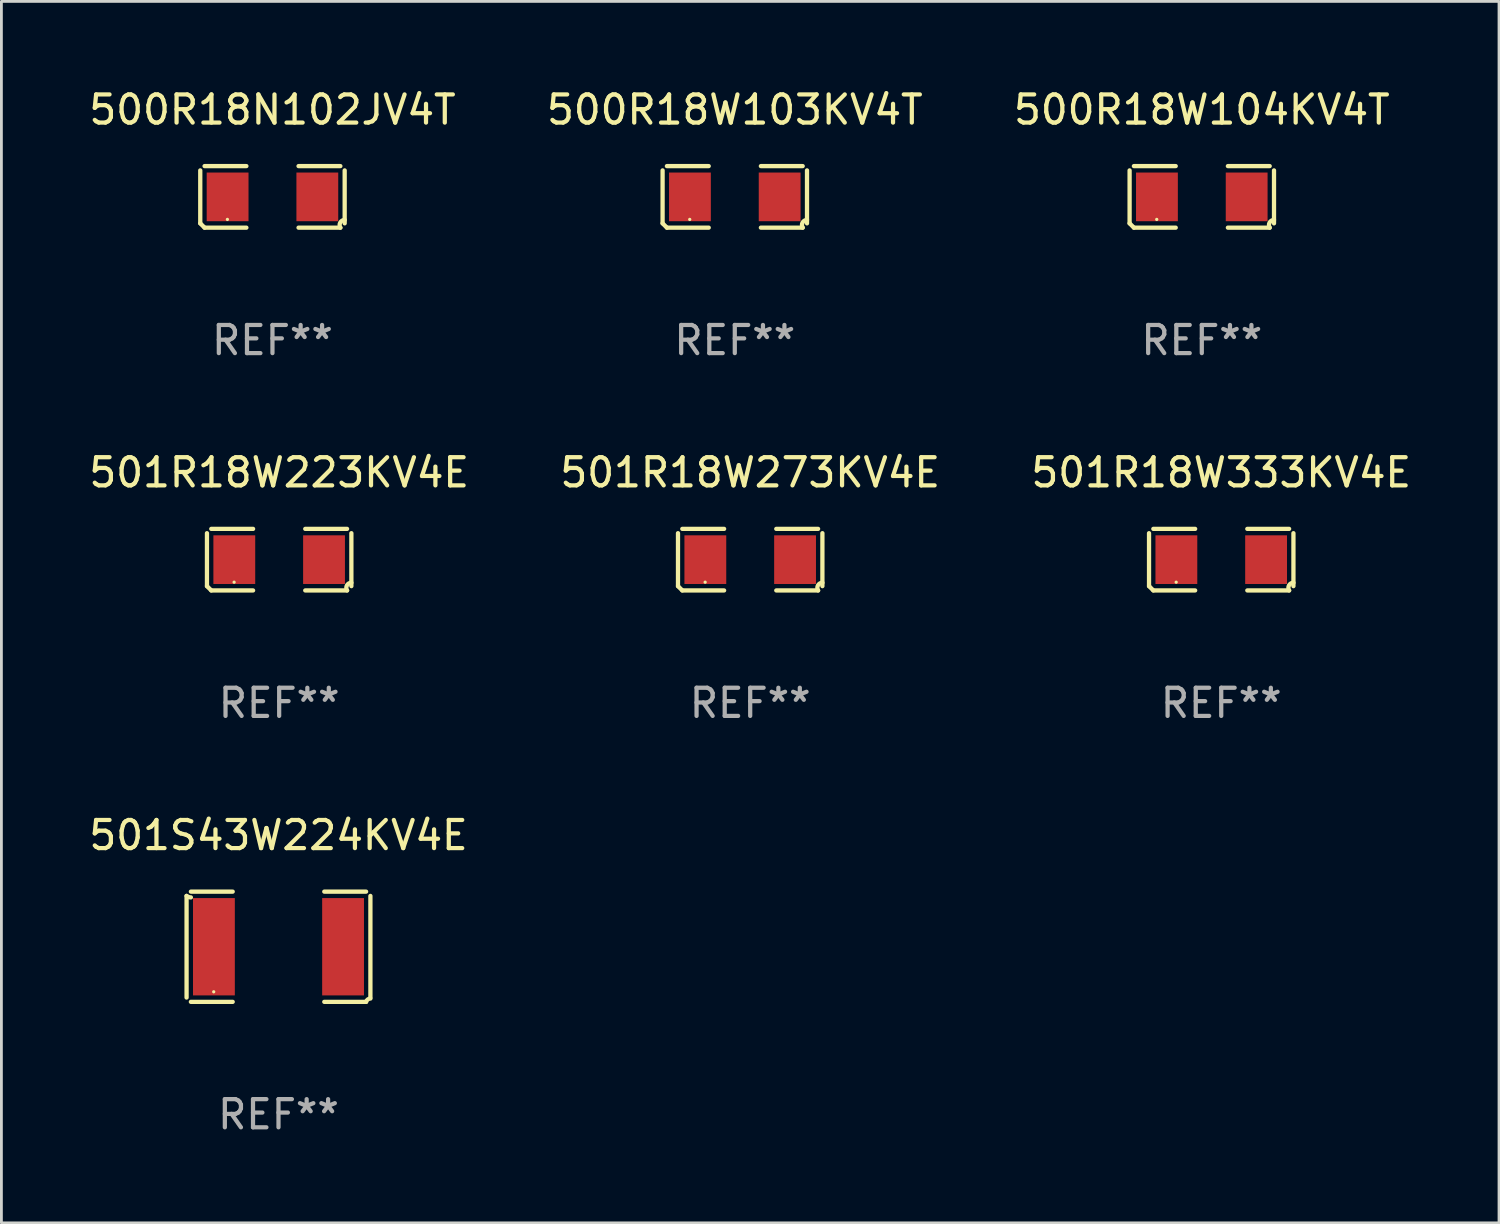
<source format=kicad_pcb>
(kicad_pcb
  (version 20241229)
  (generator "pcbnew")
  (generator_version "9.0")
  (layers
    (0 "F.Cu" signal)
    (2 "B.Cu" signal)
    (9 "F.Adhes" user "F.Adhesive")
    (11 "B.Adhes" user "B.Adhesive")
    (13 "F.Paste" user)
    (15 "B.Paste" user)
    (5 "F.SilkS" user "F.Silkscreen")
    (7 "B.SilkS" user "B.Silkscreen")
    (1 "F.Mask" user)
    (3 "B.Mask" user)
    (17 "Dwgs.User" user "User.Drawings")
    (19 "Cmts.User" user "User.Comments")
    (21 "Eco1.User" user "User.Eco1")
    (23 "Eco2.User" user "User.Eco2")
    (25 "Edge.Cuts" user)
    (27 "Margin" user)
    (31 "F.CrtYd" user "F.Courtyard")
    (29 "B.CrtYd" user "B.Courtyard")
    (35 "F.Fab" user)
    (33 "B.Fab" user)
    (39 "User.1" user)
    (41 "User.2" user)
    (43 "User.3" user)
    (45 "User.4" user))
  (footprint "500R18W104KV4T"
    (layer "F.Cu")
    (at 39.625 3.941)
    (property "Reference" "500R18W104KV4T" (at 0 -3.093 0) (layer "F.SilkS") (effects (font (size 1 1) (thickness 0.15))))
    (attr through_hole)
    (fp_line (start -2.564 0.94) (end -2.564 -0.94) (stroke (width 0.152) (type solid)) (layer "F.SilkS"))
    (fp_line (start -2.411 -1.093) (end -0.926 -1.093) (stroke (width 0.152) (type solid)) (layer "F.SilkS"))
    (fp_line (start -0.926 1.093) (end -2.411 1.093) (stroke (width 0.152) (type solid)) (layer "F.SilkS"))
    (fp_line (start 0.926 1.093) (end 2.411 1.093) (stroke (width 0.152) (type solid)) (layer "F.SilkS"))
    (fp_line (start 2.411 -1.093) (end 0.926 -1.093) (stroke (width 0.152) (type solid)) (layer "F.SilkS"))
    (fp_line (start 2.564 0.94) (end 2.564 -0.94) (stroke (width 0.152) (type solid)) (layer "F.SilkS"))
    (fp_arc (start -2.411201 1.092609) (mid -2.487413 1.01642) (end -2.563602 0.940208) (stroke (width 0.1524) (type solid)) (layer "F.SilkS"))
    (fp_arc (start 2.411201 1.092609) (mid 2.407159 0.911226) (end 2.563602 0.819347) (stroke (width 0.1524) (type solid)) (layer "F.SilkS"))
    (fp_circle (center -1.6 0.8) (end -1.57 0.8) (stroke (width 0.06) (type solid)) (fill no) (layer "F.SilkS"))
    (fp_text user "REF**" (at 0 5.093 0) (layer "F.Fab") (effects (font (size 1 1) (thickness 0.15))))
    (pad "1" smd rect (at -1.593 0) (size 1.485 1.728) (layers "F.Cu" "F.Mask" "F.Paste"))
    (pad "2" smd rect (at 1.593 0) (size 1.485 1.728) (layers "F.Cu" "F.Mask" "F.Paste")))
  (footprint "501R18W273KV4E"
    (layer "F.Cu")
    (at 23.589 16.823)
    (property "Reference" "501R18W273KV4E" (at 0 -3.093 0) (layer "F.SilkS") (effects (font (size 1 1) (thickness 0.15))))
    (attr through_hole)
    (fp_line (start -2.564 0.94) (end -2.564 -0.94) (stroke (width 0.152) (type solid)) (layer "F.SilkS"))
    (fp_line (start -2.411 -1.093) (end -0.926 -1.093) (stroke (width 0.152) (type solid)) (layer "F.SilkS"))
    (fp_line (start -0.926 1.093) (end -2.411 1.093) (stroke (width 0.152) (type solid)) (layer "F.SilkS"))
    (fp_line (start 0.926 1.093) (end 2.411 1.093) (stroke (width 0.152) (type solid)) (layer "F.SilkS"))
    (fp_line (start 2.411 -1.093) (end 0.926 -1.093) (stroke (width 0.152) (type solid)) (layer "F.SilkS"))
    (fp_line (start 2.564 0.94) (end 2.564 -0.94) (stroke (width 0.152) (type solid)) (layer "F.SilkS"))
    (fp_arc (start -2.411201 1.092609) (mid -2.487413 1.01642) (end -2.563602 0.940208) (stroke (width 0.1524) (type solid)) (layer "F.SilkS"))
    (fp_arc (start 2.411201 1.092609) (mid 2.407159 0.911226) (end 2.563602 0.819347) (stroke (width 0.1524) (type solid)) (layer "F.SilkS"))
    (fp_circle (center -1.6 0.8) (end -1.57 0.8) (stroke (width 0.06) (type solid)) (fill no) (layer "F.SilkS"))
    (fp_text user "REF**" (at 0 5.093 0) (layer "F.Fab") (effects (font (size 1 1) (thickness 0.15))))
    (pad "1" smd rect (at -1.593 0) (size 1.485 1.728) (layers "F.Cu" "F.Mask" "F.Paste"))
    (pad "2" smd rect (at 1.593 0) (size 1.485 1.728) (layers "F.Cu" "F.Mask" "F.Paste")))
  (footprint "500R18W103KV4T"
    (layer "F.Cu")
    (at 23.042 3.941)
    (property "Reference" "500R18W103KV4T" (at 0 -3.093 0) (layer "F.SilkS") (effects (font (size 1 1) (thickness 0.15))))
    (attr through_hole)
    (fp_line (start -2.564 0.94) (end -2.564 -0.94) (stroke (width 0.152) (type solid)) (layer "F.SilkS"))
    (fp_line (start -2.411 -1.093) (end -0.926 -1.093) (stroke (width 0.152) (type solid)) (layer "F.SilkS"))
    (fp_line (start -0.926 1.093) (end -2.411 1.093) (stroke (width 0.152) (type solid)) (layer "F.SilkS"))
    (fp_line (start 0.926 1.093) (end 2.411 1.093) (stroke (width 0.152) (type solid)) (layer "F.SilkS"))
    (fp_line (start 2.411 -1.093) (end 0.926 -1.093) (stroke (width 0.152) (type solid)) (layer "F.SilkS"))
    (fp_line (start 2.564 0.94) (end 2.564 -0.94) (stroke (width 0.152) (type solid)) (layer "F.SilkS"))
    (fp_arc (start -2.411201 1.092609) (mid -2.487413 1.01642) (end -2.563602 0.940208) (stroke (width 0.1524) (type solid)) (layer "F.SilkS"))
    (fp_arc (start 2.411201 1.092609) (mid 2.407159 0.911226) (end 2.563602 0.819347) (stroke (width 0.1524) (type solid)) (layer "F.SilkS"))
    (fp_circle (center -1.6 0.8) (end -1.57 0.8) (stroke (width 0.06) (type solid)) (fill no) (layer "F.SilkS"))
    (fp_text user "REF**" (at 0 5.093 0) (layer "F.Fab") (effects (font (size 1 1) (thickness 0.15))))
    (pad "1" smd rect (at -1.593 0) (size 1.485 1.728) (layers "F.Cu" "F.Mask" "F.Paste"))
    (pad "2" smd rect (at 1.593 0) (size 1.485 1.728) (layers "F.Cu" "F.Mask" "F.Paste")))
  (footprint "501S43W224KV4E"
    (layer "F.Cu")
    (at 6.839 30.568)
    (property "Reference" "501S43W224KV4E" (at 0 -3.957 0) (layer "F.SilkS") (effects (font (size 1 1) (thickness 0.15))))
    (attr through_hole)
    (fp_line (start -3.264 1.804) (end -3.264 -1.804) (stroke (width 0.152) (type solid)) (layer "F.SilkS"))
    (fp_line (start -3.111 -1.957) (end -1.626 -1.957) (stroke (width 0.152) (type solid)) (layer "F.SilkS"))
    (fp_line (start -1.626 1.957) (end -3.111 1.957) (stroke (width 0.152) (type solid)) (layer "F.SilkS"))
    (fp_line (start 1.626 1.957) (end 3.111 1.957) (stroke (width 0.152) (type solid)) (layer "F.SilkS"))
    (fp_line (start 3.111 -1.957) (end 1.626 -1.957) (stroke (width 0.152) (type solid)) (layer "F.SilkS"))
    (fp_line (start 3.264 1.804) (end 3.264 -1.804) (stroke (width 0.152) (type solid)) (layer "F.SilkS"))
    (fp_arc (start -3.111202 -1.752192) (mid -3.191715 -1.76555) (end -3.263602 -1.804191) (stroke (width 0.1524) (type solid)) (layer "F.SilkS"))
    (fp_arc (start 3.111201 1.956591) (mid 3.167789 1.872777) (end 3.263602 1.840424) (stroke (width 0.1524) (type solid)) (layer "F.SilkS"))
    (fp_circle (center -2.3 1.6) (end -2.27 1.6) (stroke (width 0.06) (type solid)) (fill no) (layer "F.SilkS"))
    (fp_text user "REF**" (at 0 5.957 0) (layer "F.Fab") (effects (font (size 1 1) (thickness 0.15))))
    (pad "1" smd rect (at -2.293 0) (size 1.485 3.456) (layers "F.Cu" "F.Mask" "F.Paste"))
    (pad "2" smd rect (at 2.293 0) (size 1.485 3.456) (layers "F.Cu" "F.Mask" "F.Paste")))
  (footprint "501R18W333KV4E"
    (layer "F.Cu")
    (at 40.315 16.823)
    (property "Reference" "501R18W333KV4E" (at 0 -3.093 0) (layer "F.SilkS") (effects (font (size 1 1) (thickness 0.15))))
    (attr through_hole)
    (fp_line (start -2.564 0.94) (end -2.564 -0.94) (stroke (width 0.152) (type solid)) (layer "F.SilkS"))
    (fp_line (start -2.411 -1.093) (end -0.926 -1.093) (stroke (width 0.152) (type solid)) (layer "F.SilkS"))
    (fp_line (start -0.926 1.093) (end -2.411 1.093) (stroke (width 0.152) (type solid)) (layer "F.SilkS"))
    (fp_line (start 0.926 1.093) (end 2.411 1.093) (stroke (width 0.152) (type solid)) (layer "F.SilkS"))
    (fp_line (start 2.411 -1.093) (end 0.926 -1.093) (stroke (width 0.152) (type solid)) (layer "F.SilkS"))
    (fp_line (start 2.564 0.94) (end 2.564 -0.94) (stroke (width 0.152) (type solid)) (layer "F.SilkS"))
    (fp_arc (start -2.411201 1.092609) (mid -2.487413 1.01642) (end -2.563602 0.940208) (stroke (width 0.1524) (type solid)) (layer "F.SilkS"))
    (fp_arc (start 2.411201 1.092609) (mid 2.407159 0.911226) (end 2.563602 0.819347) (stroke (width 0.1524) (type solid)) (layer "F.SilkS"))
    (fp_circle (center -1.6 0.8) (end -1.57 0.8) (stroke (width 0.06) (type solid)) (fill no) (layer "F.SilkS"))
    (fp_text user "REF**" (at 0 5.093 0) (layer "F.Fab") (effects (font (size 1 1) (thickness 0.15))))
    (pad "1" smd rect (at -1.593 0) (size 1.485 1.728) (layers "F.Cu" "F.Mask" "F.Paste"))
    (pad "2" smd rect (at 1.593 0) (size 1.485 1.728) (layers "F.Cu" "F.Mask" "F.Paste")))
  (footprint "500R18N102JV4T"
    (layer "F.Cu")
    (at 6.625 3.941)
    (property "Reference" "500R18N102JV4T" (at 0 -3.093 0) (layer "F.SilkS") (effects (font (size 1 1) (thickness 0.15))))
    (attr through_hole)
    (fp_line (start -2.564 0.94) (end -2.564 -0.94) (stroke (width 0.152) (type solid)) (layer "F.SilkS"))
    (fp_line (start -2.411 -1.093) (end -0.926 -1.093) (stroke (width 0.152) (type solid)) (layer "F.SilkS"))
    (fp_line (start -0.926 1.093) (end -2.411 1.093) (stroke (width 0.152) (type solid)) (layer "F.SilkS"))
    (fp_line (start 0.926 1.093) (end 2.411 1.093) (stroke (width 0.152) (type solid)) (layer "F.SilkS"))
    (fp_line (start 2.411 -1.093) (end 0.926 -1.093) (stroke (width 0.152) (type solid)) (layer "F.SilkS"))
    (fp_line (start 2.564 0.94) (end 2.564 -0.94) (stroke (width 0.152) (type solid)) (layer "F.SilkS"))
    (fp_arc (start -2.411201 1.092609) (mid -2.487413 1.01642) (end -2.563602 0.940208) (stroke (width 0.1524) (type solid)) (layer "F.SilkS"))
    (fp_arc (start 2.411201 1.092609) (mid 2.407159 0.911226) (end 2.563602 0.819347) (stroke (width 0.1524) (type solid)) (layer "F.SilkS"))
    (fp_circle (center -1.6 0.8) (end -1.57 0.8) (stroke (width 0.06) (type solid)) (fill no) (layer "F.SilkS"))
    (fp_text user "REF**" (at 0 5.093 0) (layer "F.Fab") (effects (font (size 1 1) (thickness 0.15))))
    (pad "1" smd rect (at -1.593 0) (size 1.485 1.728) (layers "F.Cu" "F.Mask" "F.Paste"))
    (pad "2" smd rect (at 1.593 0) (size 1.485 1.728) (layers "F.Cu" "F.Mask" "F.Paste")))
  (footprint "501R18W223KV4E"
    (layer "F.Cu")
    (at 6.863 16.823)
    (property "Reference" "501R18W223KV4E" (at 0 -3.093 0) (layer "F.SilkS") (effects (font (size 1 1) (thickness 0.15))))
    (attr through_hole)
    (fp_line (start -2.564 0.94) (end -2.564 -0.94) (stroke (width 0.152) (type solid)) (layer "F.SilkS"))
    (fp_line (start -2.411 -1.093) (end -0.926 -1.093) (stroke (width 0.152) (type solid)) (layer "F.SilkS"))
    (fp_line (start -0.926 1.093) (end -2.411 1.093) (stroke (width 0.152) (type solid)) (layer "F.SilkS"))
    (fp_line (start 0.926 1.093) (end 2.411 1.093) (stroke (width 0.152) (type solid)) (layer "F.SilkS"))
    (fp_line (start 2.411 -1.093) (end 0.926 -1.093) (stroke (width 0.152) (type solid)) (layer "F.SilkS"))
    (fp_line (start 2.564 0.94) (end 2.564 -0.94) (stroke (width 0.152) (type solid)) (layer "F.SilkS"))
    (fp_arc (start -2.411201 1.092609) (mid -2.487413 1.01642) (end -2.563602 0.940208) (stroke (width 0.1524) (type solid)) (layer "F.SilkS"))
    (fp_arc (start 2.411201 1.092609) (mid 2.407159 0.911226) (end 2.563602 0.819347) (stroke (width 0.1524) (type solid)) (layer "F.SilkS"))
    (fp_circle (center -1.6 0.8) (end -1.57 0.8) (stroke (width 0.06) (type solid)) (fill no) (layer "F.SilkS"))
    (fp_text user "REF**" (at 0 5.093 0) (layer "F.Fab") (effects (font (size 1 1) (thickness 0.15))))
    (pad "1" smd rect (at -1.593 0) (size 1.485 1.728) (layers "F.Cu" "F.Mask" "F.Paste"))
    (pad "2" smd rect (at 1.593 0) (size 1.485 1.728) (layers "F.Cu" "F.Mask" "F.Paste")))
  (gr_rect
    (start -3 -3)
    (end 50.179 40.373)
    (stroke (width 0.1) (type default))
    (fill no)
    (layer "Edge.Cuts")))
</source>
